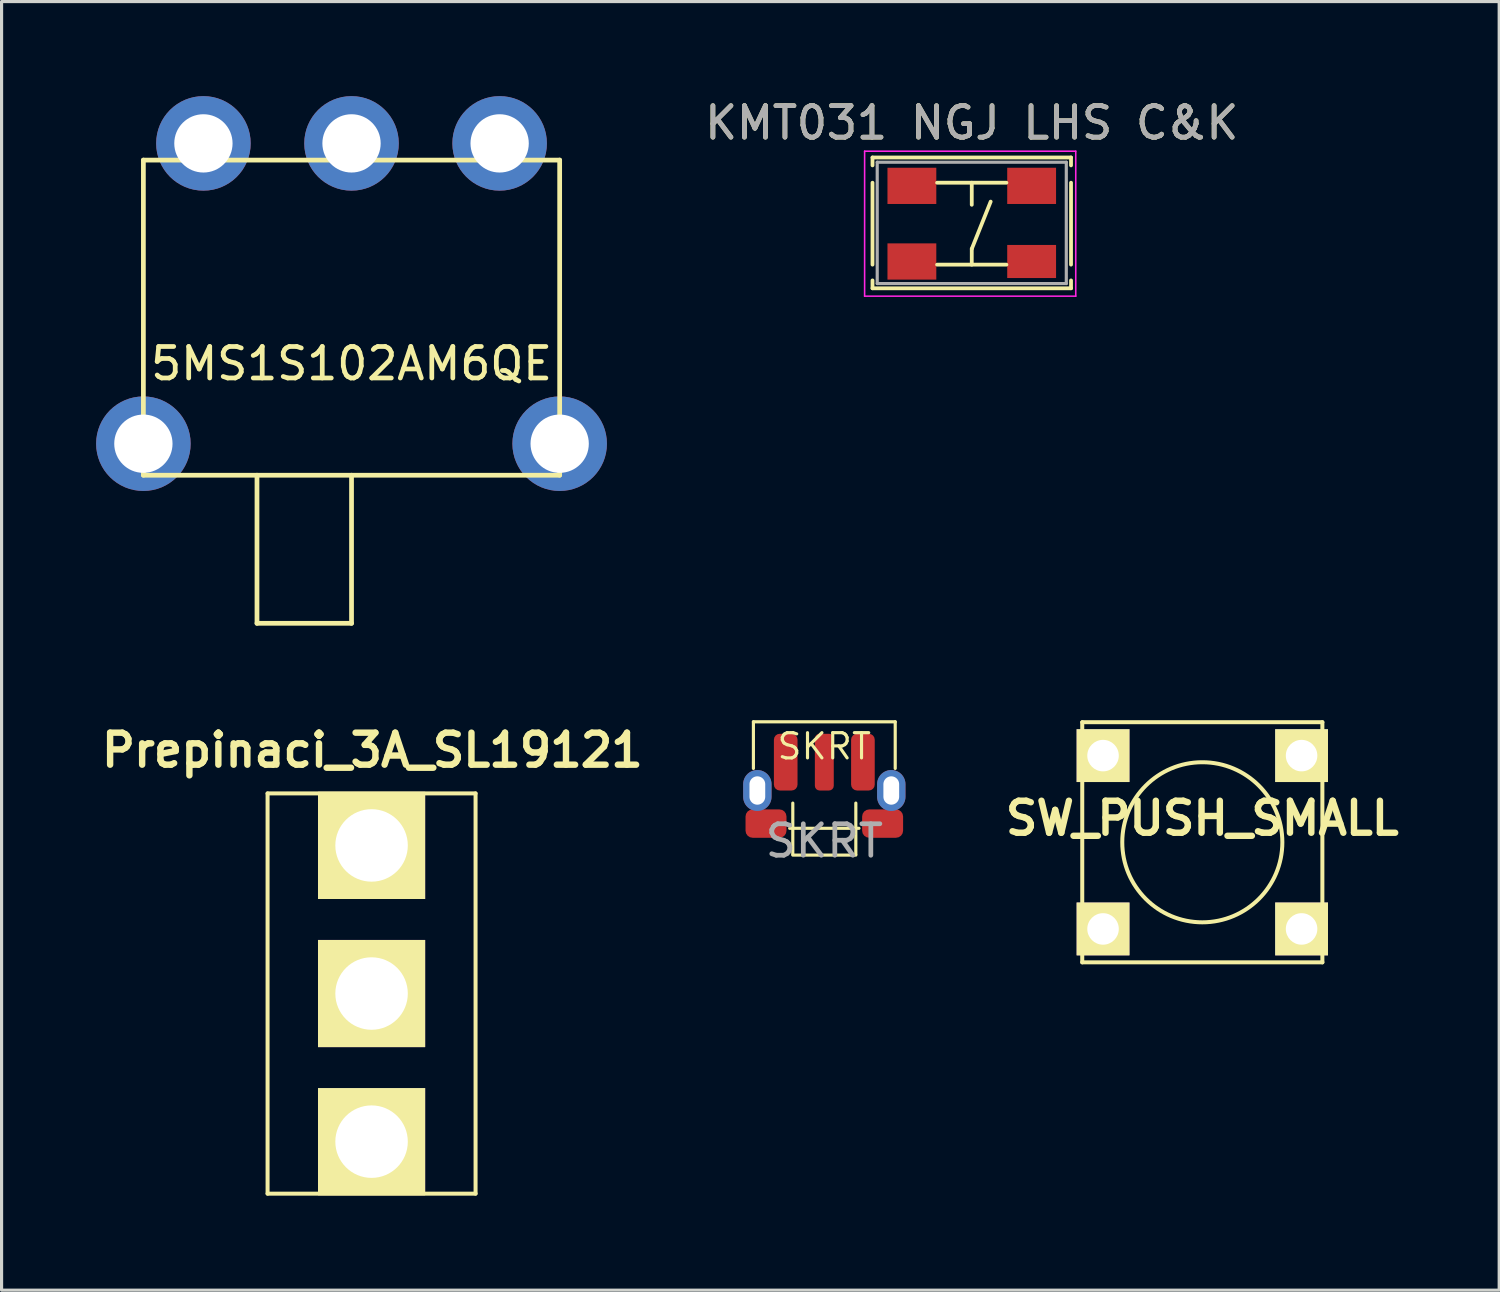
<source format=kicad_pcb>
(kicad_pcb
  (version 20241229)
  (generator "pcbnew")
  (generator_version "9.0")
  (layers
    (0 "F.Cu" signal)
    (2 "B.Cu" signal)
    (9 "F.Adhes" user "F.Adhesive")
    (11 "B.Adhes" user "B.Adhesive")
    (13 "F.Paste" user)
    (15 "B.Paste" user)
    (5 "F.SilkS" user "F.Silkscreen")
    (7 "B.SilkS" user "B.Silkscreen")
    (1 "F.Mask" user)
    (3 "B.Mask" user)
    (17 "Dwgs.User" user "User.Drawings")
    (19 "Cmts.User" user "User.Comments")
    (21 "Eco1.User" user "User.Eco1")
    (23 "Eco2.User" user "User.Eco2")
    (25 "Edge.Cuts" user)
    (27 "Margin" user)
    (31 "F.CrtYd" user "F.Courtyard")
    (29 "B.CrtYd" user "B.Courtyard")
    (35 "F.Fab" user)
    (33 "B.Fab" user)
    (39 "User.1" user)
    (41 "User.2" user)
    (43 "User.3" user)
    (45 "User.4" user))
  (footprint "5MS1S102AM6QE"
    (layer "F.Cu")
    (at 8.105 11.03)
    (property "Reference" "5MS1S102AM6QE" (at 0 -2.54 0) (layer "F.SilkS") (effects (font (size 1 1) (thickness 0.15))))
    (attr through_hole)
    (fp_line (start -6.605 -9) (end 6.605 -9) (stroke (width 0.15) (type solid)) (layer "F.SilkS"))
    (fp_line (start -6.605 1) (end -6.605 -9) (stroke (width 0.15) (type solid)) (layer "F.SilkS"))
    (fp_line (start -3 5.7) (end -3 1) (stroke (width 0.15) (type solid)) (layer "F.SilkS"))
    (fp_line (start -3 5.7) (end 0 5.7) (stroke (width 0.15) (type solid)) (layer "F.SilkS"))
    (fp_line (start 0 1) (end 0 5.7) (stroke (width 0.15) (type solid)) (layer "F.SilkS"))
    (fp_line (start 6.605 -9) (end 6.605 1) (stroke (width 0.15) (type solid)) (layer "F.SilkS"))
    (fp_line (start 6.605 1) (end -6.605 1) (stroke (width 0.15) (type solid)) (layer "F.SilkS"))
    (pad "1" thru_hole circle (at -4.7 -9.53) (size 3 3) (drill 1.85) (layers "*.Cu" "*.Mask"))
    (pad "2" thru_hole circle (at 0 -9.53) (size 3 3) (drill 1.85) (layers "*.Cu" "*.Mask"))
    (pad "3" thru_hole circle (at 4.7 -9.53) (size 3 3) (drill 1.85) (layers "*.Cu" "*.Mask"))
    (pad "4" thru_hole circle (at -6.605 0) (size 3 3) (drill 1.85) (layers "*.Cu" "*.Mask"))
    (pad "4" thru_hole circle (at 6.605 0) (size 3 3) (drill 1.85) (layers "*.Cu" "*.Mask")))
  (footprint "SKRT"
    (layer "F.Cu")
    (at 23.108 21.135)
    (property "Reference" "SKRT" (at 0 -0.5 0) (unlocked yes) (layer "F.SilkS") (effects (font (size 0.8 0.8) (thickness 0.1))))
    (attr smd)
    (fp_line (start -2.25 -1.28) (end -2.25 0.2) (stroke (width 0.1) (type default)) (layer "F.SilkS"))
    (fp_line (start -2.25 -1.28) (end 2.25 -1.28) (stroke (width 0.1) (type default)) (layer "F.SilkS"))
    (fp_line (start -1.1 2.1) (end 1.1 2.1) (stroke (width 0.1) (type default)) (layer "F.SilkS"))
    (fp_line (start -1 2.925) (end -1 1.3) (stroke (width 0.1) (type default)) (layer "F.SilkS"))
    (fp_line (start -1 2.95) (end 1 2.95) (stroke (width 0.1) (type default)) (layer "F.SilkS"))
    (fp_line (start 1 2.925) (end 1 1.3) (stroke (width 0.1) (type default)) (layer "F.SilkS"))
    (fp_line (start 2.25 -1.28) (end 2.25 0.2) (stroke (width 0.1) (type default)) (layer "F.SilkS"))
    (fp_text user "${REFERENCE}" (at 0 2.5 0) (unlocked yes) (layer "F.Fab") (effects (font (size 1 1) (thickness 0.15))))
    (pad "1" smd roundrect (at -1.225 0) (size 0.75 1.8) (layers "F.Cu" "F.Mask" "F.Paste") (roundrect_rratio 0.25))
    (pad "1" smd roundrect (at 1.225 0) (size 0.75 1.8) (layers "F.Cu" "F.Mask" "F.Paste") (roundrect_rratio 0.25))
    (pad "2" smd roundrect (at 0 0) (size 0.6 1.8) (layers "F.Cu" "F.Mask" "F.Paste") (roundrect_rratio 0.25))
    (pad "GND" thru_hole oval (at -2.125 0.9) (size 0.9 1.3) (drill oval 0.5 0.9) (layers "*.Cu" "*.Mask"))
    (pad "GND" smd roundrect (at -1.85 1.95) (size 1.3 0.9) (layers "F.Cu" "F.Mask" "F.Paste") (roundrect_rratio 0.25))
    (pad "GND" smd roundrect (at 1.85 1.95) (size 1.3 0.9) (layers "F.Cu" "F.Mask" "F.Paste") (roundrect_rratio 0.25))
    (pad "GND" thru_hole oval (at 2.125 0.9) (size 0.9 1.3) (drill oval 0.5 0.9) (layers "*.Cu" "*.Mask"))
    (zone (net_name "") (layers "F.Cu" "B.Cu" "F.SilkS") (hatch edge 0.5) (connect_pads) (min_thickness 0.25) (filled_areas_thickness no) (keepout (tracks not_allowed) (vias not_allowed) (pads not_allowed) (copperpour not_allowed) (footprints allowed)) (placement (enabled no)) (fill) (polygon (pts (xy 22.108 23.547) (xy 24.108 23.547) (xy 24.108 22.135) (xy 22.108 22.135)))))
  (footprint "SW_PUSH_SMALL"
    (placed yes)
    (layer "F.Cu")
    (at 35.103 23.678)
    (property "Reference" "SW_PUSH_SMALL" (at 0 -0.762 0) (layer "F.SilkS") (effects (font (size 1.016 1.016) (thickness 0.203))))
    (attr through_hole)
    (fp_line (start -3.81 -3.81) (end -3.81 3.81) (stroke (width 0.127) (type solid)) (layer "F.SilkS"))
    (fp_line (start -3.81 -3.81) (end 3.81 -3.81) (stroke (width 0.127) (type solid)) (layer "F.SilkS"))
    (fp_line (start 3.81 -3.81) (end 3.81 3.81) (stroke (width 0.127) (type solid)) (layer "F.SilkS"))
    (fp_line (start 3.81 3.81) (end -3.81 3.81) (stroke (width 0.127) (type solid)) (layer "F.SilkS"))
    (fp_circle (center 0 0) (end 0 -2.54) (stroke (width 0.127) (type solid)) (fill no) (layer "F.SilkS"))
    (pad "1" thru_hole rect (at -3.15 -2.75) (size 1.676 1.676) (drill 1) (layers "*.Cu" "*.Mask" "F.SilkS"))
    (pad "1" thru_hole rect (at 3.15 -2.75) (size 1.676 1.676) (drill 1) (layers "*.Cu" "*.Mask" "F.SilkS"))
    (pad "2" thru_hole rect (at -3.15 2.75) (size 1.676 1.676) (drill 1) (layers "*.Cu" "*.Mask" "F.SilkS"))
    (pad "2" thru_hole rect (at 3.15 2.75) (size 1.676 1.676) (drill 1) (layers "*.Cu" "*.Mask" "F.SilkS")))
  (footprint "KMT031 NGJ LHS C&K"
    (layer "F.Cu")
    (at 27.787 4.048)
    (property "Reference" "KMT031 NGJ LHS C&K" (at 0 -3.2 0) (layer "F.SilkS") (effects (font (size 1 1) (thickness 0.15))))
    (attr smd)
    (fp_line (start -3.15 -2.1) (end 3.15 -2.1) (stroke (width 0.12) (type solid)) (layer "F.SilkS"))
    (fp_line (start -3.15 -1.85) (end -3.15 -2.1) (stroke (width 0.12) (type solid)) (layer "F.SilkS"))
    (fp_line (start -3.15 1.3) (end -3.15 -1.3) (stroke (width 0.12) (type solid)) (layer "F.SilkS"))
    (fp_line (start -3.15 2.05) (end -3.15 1.8) (stroke (width 0.12) (type solid)) (layer "F.SilkS"))
    (fp_line (start -1.1 1.3) (end 1.1 1.3) (stroke (width 0.12) (type solid)) (layer "F.SilkS"))
    (fp_line (start 0 -0.6) (end 0 -1.3) (stroke (width 0.12) (type solid)) (layer "F.SilkS"))
    (fp_line (start 0 0.8) (end 0.6 -0.7) (stroke (width 0.12) (type solid)) (layer "F.SilkS"))
    (fp_line (start 0 1.3) (end 0 0.8) (stroke (width 0.12) (type solid)) (layer "F.SilkS"))
    (fp_line (start 1.1 -1.3) (end -1.1 -1.3) (stroke (width 0.12) (type solid)) (layer "F.SilkS"))
    (fp_line (start 3.15 -2.1) (end 3.15 -1.85) (stroke (width 0.12) (type solid)) (layer "F.SilkS"))
    (fp_line (start 3.15 -1.3) (end 3.15 1.3) (stroke (width 0.12) (type solid)) (layer "F.SilkS"))
    (fp_line (start 3.15 1.8) (end 3.15 2.05) (stroke (width 0.12) (type solid)) (layer "F.SilkS"))
    (fp_line (start 3.15 2.05) (end -3.15 2.05) (stroke (width 0.12) (type solid)) (layer "F.SilkS"))
    (fp_line (start -3.4 -2.3) (end -3.4 2.3) (stroke (width 0.05) (type solid)) (layer "F.CrtYd"))
    (fp_line (start -3.4 2.3) (end 3.3 2.3) (stroke (width 0.05) (type solid)) (layer "F.CrtYd"))
    (fp_line (start 3.3 -2.3) (end -3.4 -2.3) (stroke (width 0.05) (type solid)) (layer "F.CrtYd"))
    (fp_line (start 3.3 2.3) (end 3.3 -2.3) (stroke (width 0.05) (type solid)) (layer "F.CrtYd"))
    (fp_line (start -3 -1.95) (end 3 -1.95) (stroke (width 0.1) (type solid)) (layer "F.Fab"))
    (fp_line (start -3 1.9) (end -3 -1.95) (stroke (width 0.1) (type solid)) (layer "F.Fab"))
    (fp_line (start 3 -1.95) (end 3 1.9) (stroke (width 0.1) (type solid)) (layer "F.Fab"))
    (fp_line (start 3 1.9) (end -3 1.9) (stroke (width 0.1) (type solid)) (layer "F.Fab"))
    (fp_text user "${REFERENCE}" (at 0 -3.2 0) (layer "F.Fab") (effects (font (size 1 1) (thickness 0.15))))
    (pad "1" smd rect (at -1.9 -1.2) (size 1.55 1.15) (layers "F.Cu" "F.Mask" "F.Paste"))
    (pad "1" smd rect (at 1.9 -1.2) (size 1.55 1.15) (layers "F.Cu" "F.Mask" "F.Paste"))
    (pad "2" smd rect (at -1.9 1.2) (size 1.55 1.15) (layers "F.Cu" "F.Mask" "F.Paste"))
    (pad "2" smd rect (at 1.9 1.2) (size 1.55 1.05) (layers "F.Cu" "F.Mask" "F.Paste")))
  (footprint "Prepinaci_3A_SL19121"
    (placed yes)
    (layer "F.Cu")
    (at 8.741 28.478)
    (property "Reference" "Prepinaci_3A_SL19121" (at 0.025 -7.722 0) (layer "F.SilkS") (effects (font (size 1.016 1.016) (thickness 0.203))))
    (attr through_hole)
    (fp_line (start -3.3 -6.35) (end -3.3 6.35) (stroke (width 0.127) (type solid)) (layer "F.SilkS"))
    (fp_line (start -3.3 -6.35) (end 3.3 -6.35) (stroke (width 0.127) (type solid)) (layer "F.SilkS"))
    (fp_line (start 3.3 -6.35) (end 3.3 6.35) (stroke (width 0.127) (type solid)) (layer "F.SilkS"))
    (fp_line (start 3.3 6.35) (end -3.3 6.35) (stroke (width 0.127) (type solid)) (layer "F.SilkS"))
    (pad "1" thru_hole rect (at 0 -4.7) (size 3.4 3.4) (drill 2.3) (layers "*.Cu" "*.Mask" "F.SilkS"))
    (pad "2" thru_hole rect (at 0 0) (size 3.4 3.4) (drill 2.3) (layers "*.Cu" "*.Mask" "F.SilkS"))
    (pad "3" thru_hole rect (at 0 4.7) (size 3.4 3.4) (drill 2.3) (layers "*.Cu" "*.Mask" "F.SilkS")))
  (gr_rect
    (start -3 -3)
    (end 44.524 37.891)
    (stroke (width 0.1) (type default))
    (fill no)
    (layer "Edge.Cuts")))
</source>
